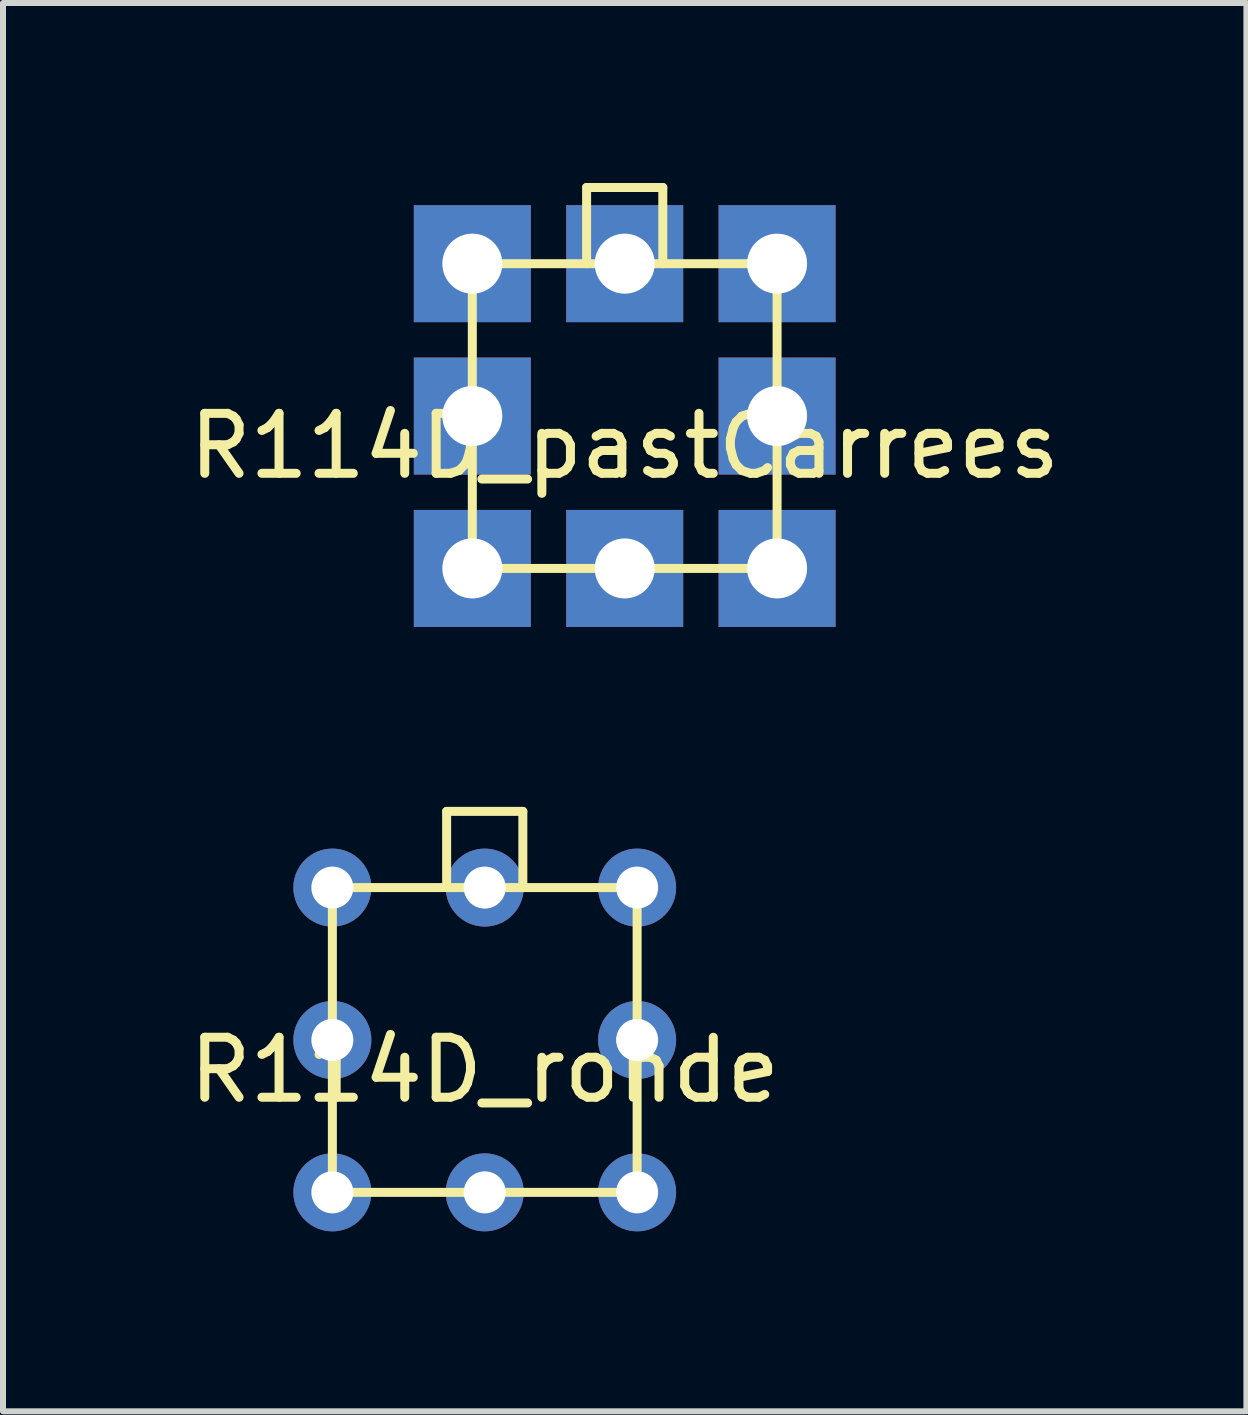
<source format=kicad_pcb>
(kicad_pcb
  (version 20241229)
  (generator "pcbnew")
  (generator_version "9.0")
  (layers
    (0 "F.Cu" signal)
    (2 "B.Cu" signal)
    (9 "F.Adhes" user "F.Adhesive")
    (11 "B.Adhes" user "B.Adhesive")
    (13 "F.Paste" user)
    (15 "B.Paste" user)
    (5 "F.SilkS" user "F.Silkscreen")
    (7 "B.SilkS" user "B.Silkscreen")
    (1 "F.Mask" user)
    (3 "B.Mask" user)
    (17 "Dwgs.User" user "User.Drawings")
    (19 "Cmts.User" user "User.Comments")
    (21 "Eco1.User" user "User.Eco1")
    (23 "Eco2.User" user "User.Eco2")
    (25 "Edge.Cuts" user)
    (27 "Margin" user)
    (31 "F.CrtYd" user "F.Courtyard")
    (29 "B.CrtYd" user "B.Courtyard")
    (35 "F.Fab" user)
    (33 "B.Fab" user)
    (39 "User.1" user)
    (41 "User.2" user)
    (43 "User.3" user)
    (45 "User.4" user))
  (footprint "R114D_ronde"
    (layer "F.Cu")
    (at 5.03 14.285)
    (property "Reference" "R114D_ronde" (at 0 0.5 0) (layer "F.SilkS") (effects (font (size 1 1) (thickness 0.15))))
    (attr through_hole)
    (fp_line (start -2.54 -2.54) (end 2.54 -2.54) (stroke (width 0.15) (type solid)) (layer "F.SilkS"))
    (fp_line (start -2.54 2.54) (end -2.54 -2.54) (stroke (width 0.15) (type solid)) (layer "F.SilkS"))
    (fp_line (start -0.635 -3.81) (end 0.635 -3.81) (stroke (width 0.15) (type solid)) (layer "F.SilkS"))
    (fp_line (start -0.635 -2.54) (end -0.635 -3.81) (stroke (width 0.15) (type solid)) (layer "F.SilkS"))
    (fp_line (start 0.635 -3.81) (end 0.635 -2.54) (stroke (width 0.15) (type solid)) (layer "F.SilkS"))
    (fp_line (start 2.54 -2.54) (end 2.54 2.54) (stroke (width 0.15) (type solid)) (layer "F.SilkS"))
    (fp_line (start 2.54 2.54) (end -2.54 2.54) (stroke (width 0.15) (type solid)) (layer "F.SilkS"))
    (pad "1" thru_hole circle (at -2.54 -2.54) (size 1.3 1.3) (drill 0.7) (layers "*.Cu" "*.Mask"))
    (pad "2" thru_hole circle (at -2.54 0) (size 1.3 1.3) (drill 0.7) (layers "*.Cu" "*.Mask"))
    (pad "3" thru_hole circle (at -2.54 2.54) (size 1.3 1.3) (drill 0.7) (layers "*.Cu" "*.Mask"))
    (pad "4" thru_hole circle (at 0 2.54) (size 1.3 1.3) (drill 0.7) (layers "*.Cu" "*.Mask"))
    (pad "5" thru_hole circle (at 2.54 2.54) (size 1.3 1.3) (drill 0.7) (layers "*.Cu" "*.Mask"))
    (pad "6" thru_hole circle (at 2.54 0) (size 1.3 1.3) (drill 0.7) (layers "*.Cu" "*.Mask"))
    (pad "7" thru_hole circle (at 2.54 -2.54) (size 1.3 1.3) (drill 0.7) (layers "*.Cu" "*.Mask"))
    (pad "8" thru_hole circle (at 0 -2.54) (size 1.3 1.3) (drill 0.7) (layers "*.Cu" "*.Mask")))
  (footprint "R114D_pastCarrees"
    (layer "F.Cu")
    (at 7.363 3.885)
    (property "Reference" "R114D_pastCarrees" (at 0 0.5 0) (layer "F.SilkS") (effects (font (size 1 1) (thickness 0.15))))
    (attr through_hole)
    (fp_line (start -2.54 -2.54) (end 2.54 -2.54) (stroke (width 0.15) (type solid)) (layer "F.SilkS"))
    (fp_line (start -2.54 2.54) (end -2.54 -2.54) (stroke (width 0.15) (type solid)) (layer "F.SilkS"))
    (fp_line (start -0.635 -3.81) (end 0.635 -3.81) (stroke (width 0.15) (type solid)) (layer "F.SilkS"))
    (fp_line (start -0.635 -2.54) (end -0.635 -3.81) (stroke (width 0.15) (type solid)) (layer "F.SilkS"))
    (fp_line (start 0.635 -3.81) (end 0.635 -2.54) (stroke (width 0.15) (type solid)) (layer "F.SilkS"))
    (fp_line (start 2.54 -2.54) (end 2.54 2.54) (stroke (width 0.15) (type solid)) (layer "F.SilkS"))
    (fp_line (start 2.54 2.54) (end -2.54 2.54) (stroke (width 0.15) (type solid)) (layer "F.SilkS"))
    (pad "1" thru_hole rect (at -2.54 -2.54) (size 1.95 1.95) (drill 1) (layers "*.Cu" "*.Mask"))
    (pad "2" thru_hole rect (at -2.54 0) (size 1.95 1.95) (drill 1) (layers "*.Cu" "*.Mask"))
    (pad "3" thru_hole rect (at -2.54 2.54) (size 1.95 1.95) (drill 1) (layers "*.Cu" "*.Mask"))
    (pad "4" thru_hole rect (at 0 2.54) (size 1.95 1.95) (drill 1) (layers "*.Cu" "*.Mask"))
    (pad "5" thru_hole rect (at 2.54 2.54) (size 1.95 1.95) (drill 1) (layers "*.Cu" "*.Mask"))
    (pad "6" thru_hole rect (at 2.54 0) (size 1.95 1.95) (drill 1) (layers "*.Cu" "*.Mask"))
    (pad "7" thru_hole rect (at 2.54 -2.54) (size 1.95 1.95) (drill 1) (layers "*.Cu" "*.Mask"))
    (pad "8" thru_hole rect (at 0 -2.54) (size 1.95 1.95) (drill 1) (layers "*.Cu" "*.Mask")))
  (gr_rect
    (start -3 -3)
    (end 17.726 20.475)
    (stroke (width 0.1) (type default))
    (fill no)
    (layer "Edge.Cuts")))
</source>
